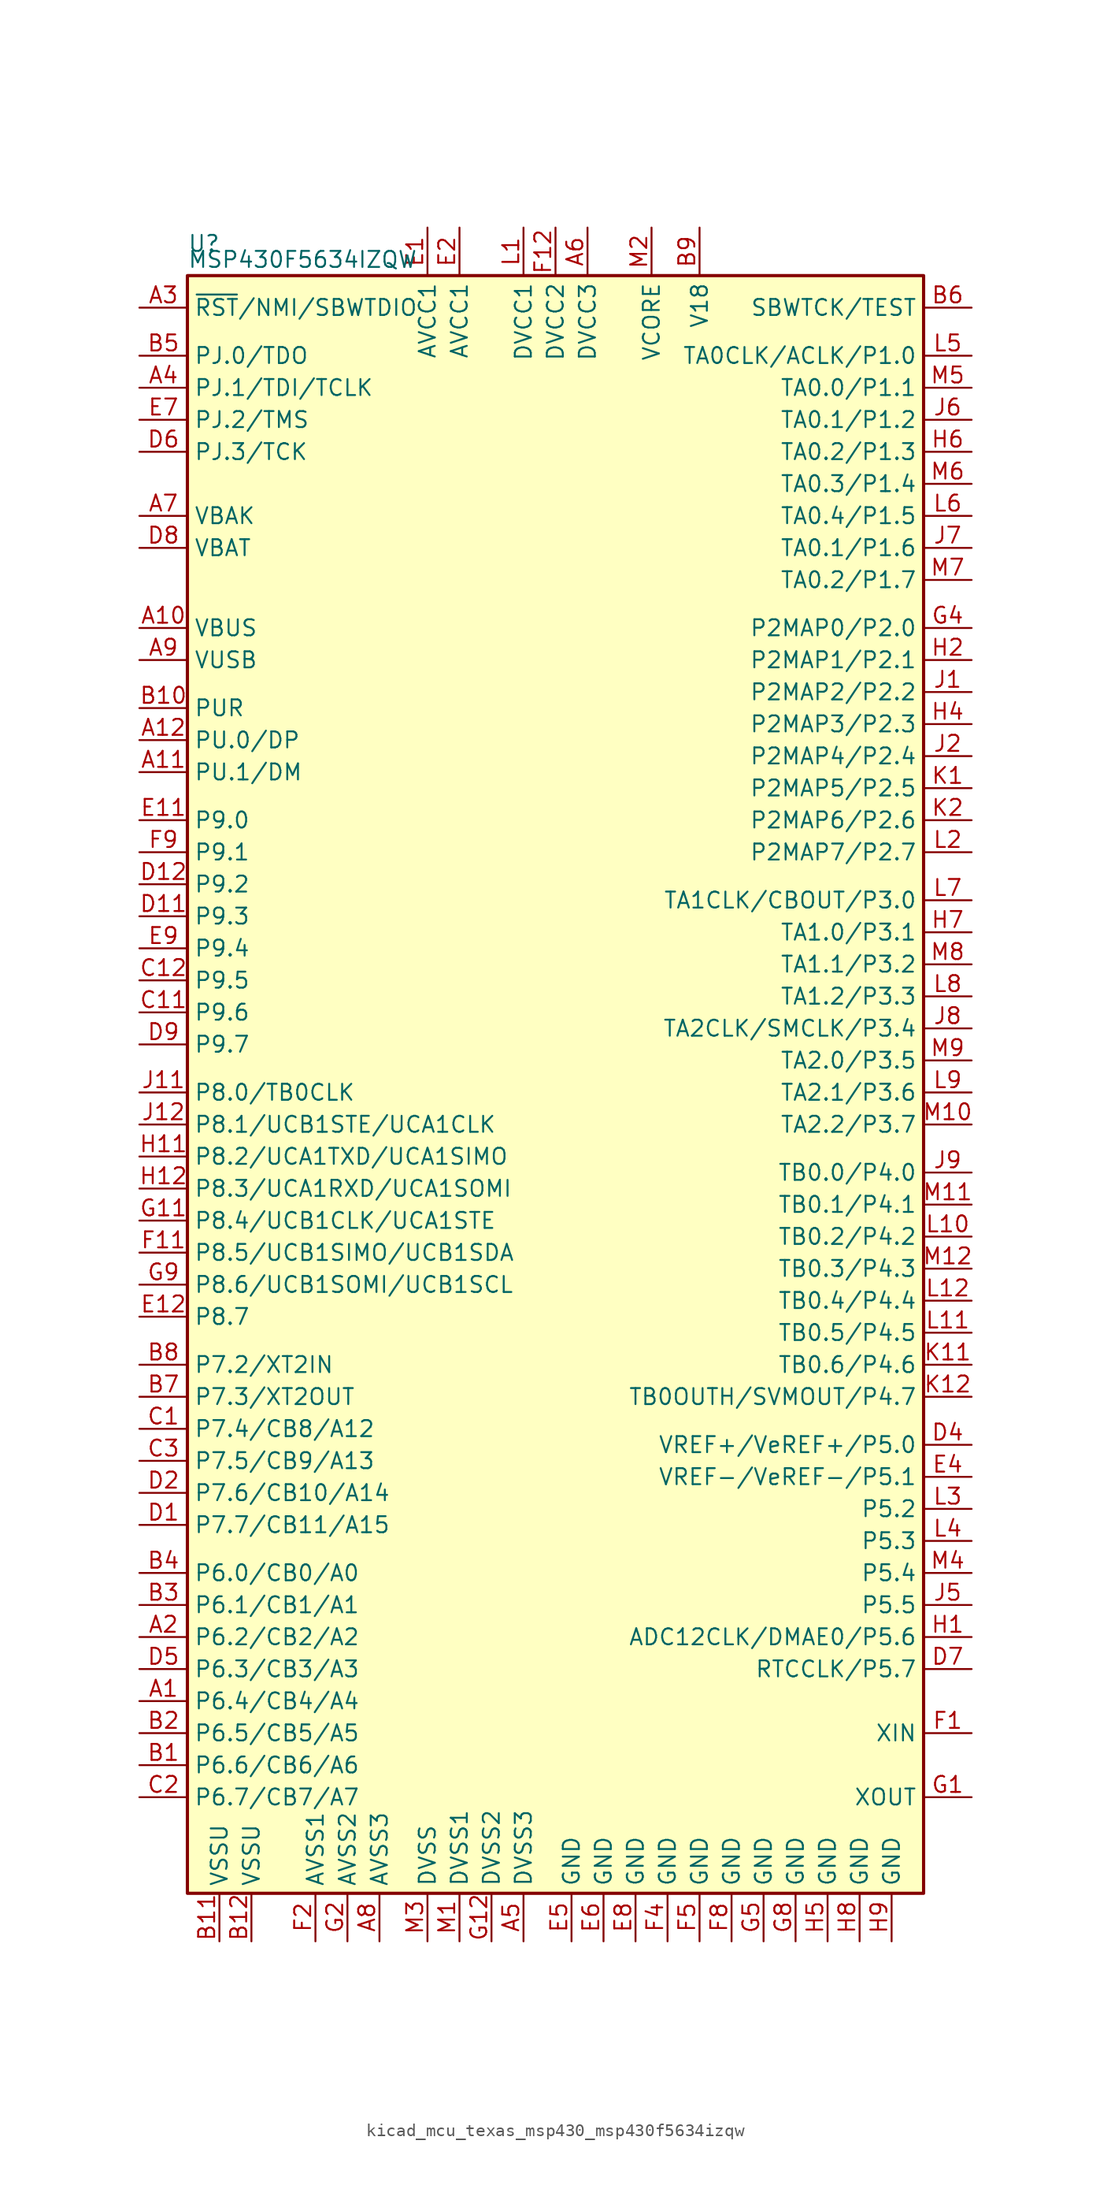
<source format=kicad_sym>
(kicad_symbol_lib
  (version 20220914)
  (generator kicad_symbol_editor)
  (symbol "kicad_mcu_texas_msp430_msp430f5634izqw"
    (property "Reference" "U"
      (at -29.21 66.04 0)
      (effects (font (size 1.27 1.27)) (justify left)))
    (property "Value" "MSP430F5634IZQW"
      (at -29.21 64.77 0)
      (effects (font (size 1.27 1.27)) (justify left)))
    (symbol "kicad_mcu_texas_msp430_msp430f5634izqw_0_1"
      (rectangle (start -29.21 63.5) (end 29.21 -64.77) (stroke (width 0.254) (type default)) (fill (type background))))
    (symbol "kicad_mcu_texas_msp430_msp430f5634izqw_1_1"
      (pin bidirectional line (at -33.02 -49.53 0) (length 3.81) (name "P6.4/CB4/A4" (effects (font (size 1.27 1.27)))) (number "A1" (effects (font (size 1.27 1.27)))))
      (pin bidirectional line (at -33.02 35.56 0) (length 3.81) (name "VBUS" (effects (font (size 1.27 1.27)))) (number "A10" (effects (font (size 1.27 1.27)))))
      (pin bidirectional line (at -33.02 24.13 0) (length 3.81) (name "PU.1/DM" (effects (font (size 1.27 1.27)))) (number "A11" (effects (font (size 1.27 1.27)))))
      (pin bidirectional line (at -33.02 26.67 0) (length 3.81) (name "PU.0/DP" (effects (font (size 1.27 1.27)))) (number "A12" (effects (font (size 1.27 1.27)))))
      (pin bidirectional line (at -33.02 -44.45 0) (length 3.81) (name "P6.2/CB2/A2" (effects (font (size 1.27 1.27)))) (number "A2" (effects (font (size 1.27 1.27)))))
      (pin input line (at -33.02 60.96 0) (length 3.81) (name "~{RST}/NMI/SBWTDIO" (effects (font (size 1.27 1.27)))) (number "A3" (effects (font (size 1.27 1.27)))))
      (pin bidirectional line (at -33.02 54.61 0) (length 3.81) (name "PJ.1/TDI/TCLK" (effects (font (size 1.27 1.27)))) (number "A4" (effects (font (size 1.27 1.27)))))
      (pin power_in line (at -2.54 -68.58 90) (length 3.81) (name "DVSS3" (effects (font (size 1.27 1.27)))) (number "A5" (effects (font (size 1.27 1.27)))))
      (pin power_in line (at 2.54 67.31 270) (length 3.81) (name "DVCC3" (effects (font (size 1.27 1.27)))) (number "A6" (effects (font (size 1.27 1.27)))))
      (pin bidirectional line (at -33.02 44.45 0) (length 3.81) (name "VBAK" (effects (font (size 1.27 1.27)))) (number "A7" (effects (font (size 1.27 1.27)))))
      (pin power_in line (at -13.97 -68.58 90) (length 3.81) (name "AVSS3" (effects (font (size 1.27 1.27)))) (number "A8" (effects (font (size 1.27 1.27)))))
      (pin bidirectional line (at -33.02 33.02 0) (length 3.81) (name "VUSB" (effects (font (size 1.27 1.27)))) (number "A9" (effects (font (size 1.27 1.27)))))
      (pin bidirectional line (at -33.02 -54.61 0) (length 3.81) (name "P6.6/CB6/A6" (effects (font (size 1.27 1.27)))) (number "B1" (effects (font (size 1.27 1.27)))))
      (pin bidirectional line (at -33.02 29.21 0) (length 3.81) (name "PUR" (effects (font (size 1.27 1.27)))) (number "B10" (effects (font (size 1.27 1.27)))))
      (pin power_in line (at -26.67 -68.58 90) (length 3.81) (name "VSSU" (effects (font (size 1.27 1.27)))) (number "B11" (effects (font (size 1.27 1.27)))))
      (pin power_in line (at -24.13 -68.58 90) (length 3.81) (name "VSSU" (effects (font (size 1.27 1.27)))) (number "B12" (effects (font (size 1.27 1.27)))))
      (pin bidirectional line (at -33.02 -52.07 0) (length 3.81) (name "P6.5/CB5/A5" (effects (font (size 1.27 1.27)))) (number "B2" (effects (font (size 1.27 1.27)))))
      (pin bidirectional line (at -33.02 -41.91 0) (length 3.81) (name "P6.1/CB1/A1" (effects (font (size 1.27 1.27)))) (number "B3" (effects (font (size 1.27 1.27)))))
      (pin bidirectional line (at -33.02 -39.37 0) (length 3.81) (name "P6.0/CB0/A0" (effects (font (size 1.27 1.27)))) (number "B4" (effects (font (size 1.27 1.27)))))
      (pin bidirectional line (at -33.02 57.15 0) (length 3.81) (name "PJ.0/TDO" (effects (font (size 1.27 1.27)))) (number "B5" (effects (font (size 1.27 1.27)))))
      (pin input line (at 33.02 60.96 180) (length 3.81) (name "SBWTCK/TEST" (effects (font (size 1.27 1.27)))) (number "B6" (effects (font (size 1.27 1.27)))))
      (pin bidirectional line (at -33.02 -25.4 0) (length 3.81) (name "P7.3/XT2OUT" (effects (font (size 1.27 1.27)))) (number "B7" (effects (font (size 1.27 1.27)))))
      (pin bidirectional line (at -33.02 -22.86 0) (length 3.81) (name "P7.2/XT2IN" (effects (font (size 1.27 1.27)))) (number "B8" (effects (font (size 1.27 1.27)))))
      (pin passive line (at 11.43 67.31 270) (length 3.81) (name "V18" (effects (font (size 1.27 1.27)))) (number "B9" (effects (font (size 1.27 1.27)))))
      (pin bidirectional line (at -33.02 -27.94 0) (length 3.81) (name "P7.4/CB8/A12" (effects (font (size 1.27 1.27)))) (number "C1" (effects (font (size 1.27 1.27)))))
      (pin bidirectional line (at -33.02 5.08 0) (length 3.81) (name "P9.6" (effects (font (size 1.27 1.27)))) (number "C11" (effects (font (size 1.27 1.27)))))
      (pin bidirectional line (at -33.02 7.62 0) (length 3.81) (name "P9.5" (effects (font (size 1.27 1.27)))) (number "C12" (effects (font (size 1.27 1.27)))))
      (pin bidirectional line (at -33.02 -57.15 0) (length 3.81) (name "P6.7/CB7/A7" (effects (font (size 1.27 1.27)))) (number "C2" (effects (font (size 1.27 1.27)))))
      (pin bidirectional line (at -33.02 -30.48 0) (length 3.81) (name "P7.5/CB9/A13" (effects (font (size 1.27 1.27)))) (number "C3" (effects (font (size 1.27 1.27)))))
      (pin bidirectional line (at -33.02 -35.56 0) (length 3.81) (name "P7.7/CB11/A15" (effects (font (size 1.27 1.27)))) (number "D1" (effects (font (size 1.27 1.27)))))
      (pin bidirectional line (at -33.02 12.7 0) (length 3.81) (name "P9.3" (effects (font (size 1.27 1.27)))) (number "D11" (effects (font (size 1.27 1.27)))))
      (pin bidirectional line (at -33.02 15.24 0) (length 3.81) (name "P9.2" (effects (font (size 1.27 1.27)))) (number "D12" (effects (font (size 1.27 1.27)))))
      (pin bidirectional line (at -33.02 -33.02 0) (length 3.81) (name "P7.6/CB10/A14" (effects (font (size 1.27 1.27)))) (number "D2" (effects (font (size 1.27 1.27)))))
      (pin bidirectional line (at 33.02 -29.21 180) (length 3.81) (name "VREF+/VeREF+/P5.0" (effects (font (size 1.27 1.27)))) (number "D4" (effects (font (size 1.27 1.27)))))
      (pin bidirectional line (at -33.02 -46.99 0) (length 3.81) (name "P6.3/CB3/A3" (effects (font (size 1.27 1.27)))) (number "D5" (effects (font (size 1.27 1.27)))))
      (pin bidirectional line (at -33.02 49.53 0) (length 3.81) (name "PJ.3/TCK" (effects (font (size 1.27 1.27)))) (number "D6" (effects (font (size 1.27 1.27)))))
      (pin bidirectional line (at 33.02 -46.99 180) (length 3.81) (name "RTCCLK/P5.7" (effects (font (size 1.27 1.27)))) (number "D7" (effects (font (size 1.27 1.27)))))
      (pin bidirectional line (at -33.02 41.91 0) (length 3.81) (name "VBAT" (effects (font (size 1.27 1.27)))) (number "D8" (effects (font (size 1.27 1.27)))))
      (pin bidirectional line (at -33.02 2.54 0) (length 3.81) (name "P9.7" (effects (font (size 1.27 1.27)))) (number "D9" (effects (font (size 1.27 1.27)))))
      (pin power_in line (at -10.16 67.31 270) (length 3.81) (name "AVCC1" (effects (font (size 1.27 1.27)))) (number "E1" (effects (font (size 1.27 1.27)))))
      (pin bidirectional line (at -33.02 20.32 0) (length 3.81) (name "P9.0" (effects (font (size 1.27 1.27)))) (number "E11" (effects (font (size 1.27 1.27)))))
      (pin bidirectional line (at -33.02 -19.05 0) (length 3.81) (name "P8.7" (effects (font (size 1.27 1.27)))) (number "E12" (effects (font (size 1.27 1.27)))))
      (pin power_in line (at -7.62 67.31 270) (length 3.81) (name "AVCC1" (effects (font (size 1.27 1.27)))) (number "E2" (effects (font (size 1.27 1.27)))))
      (pin bidirectional line (at 33.02 -31.75 180) (length 3.81) (name "VREF-/VeREF-/P5.1" (effects (font (size 1.27 1.27)))) (number "E4" (effects (font (size 1.27 1.27)))))
      (pin power_in line (at 1.27 -68.58 90) (length 3.81) (name "GND" (effects (font (size 1.27 1.27)))) (number "E5" (effects (font (size 1.27 1.27)))))
      (pin power_in line (at 3.81 -68.58 90) (length 3.81) (name "GND" (effects (font (size 1.27 1.27)))) (number "E6" (effects (font (size 1.27 1.27)))))
      (pin bidirectional line (at -33.02 52.07 0) (length 3.81) (name "PJ.2/TMS" (effects (font (size 1.27 1.27)))) (number "E7" (effects (font (size 1.27 1.27)))))
      (pin power_in line (at 6.35 -68.58 90) (length 3.81) (name "GND" (effects (font (size 1.27 1.27)))) (number "E8" (effects (font (size 1.27 1.27)))))
      (pin bidirectional line (at -33.02 10.16 0) (length 3.81) (name "P9.4" (effects (font (size 1.27 1.27)))) (number "E9" (effects (font (size 1.27 1.27)))))
      (pin bidirectional line (at 33.02 -52.07 180) (length 3.81) (name "XIN" (effects (font (size 1.27 1.27)))) (number "F1" (effects (font (size 1.27 1.27)))))
      (pin bidirectional line (at -33.02 -13.97 0) (length 3.81) (name "P8.5/UCB1SIMO/UCB1SDA" (effects (font (size 1.27 1.27)))) (number "F11" (effects (font (size 1.27 1.27)))))
      (pin power_in line (at 0 67.31 270) (length 3.81) (name "DVCC2" (effects (font (size 1.27 1.27)))) (number "F12" (effects (font (size 1.27 1.27)))))
      (pin power_in line (at -19.05 -68.58 90) (length 3.81) (name "AVSS1" (effects (font (size 1.27 1.27)))) (number "F2" (effects (font (size 1.27 1.27)))))
      (pin power_in line (at 8.89 -68.58 90) (length 3.81) (name "GND" (effects (font (size 1.27 1.27)))) (number "F4" (effects (font (size 1.27 1.27)))))
      (pin power_in line (at 11.43 -68.58 90) (length 3.81) (name "GND" (effects (font (size 1.27 1.27)))) (number "F5" (effects (font (size 1.27 1.27)))))
      (pin power_in line (at 13.97 -68.58 90) (length 3.81) (name "GND" (effects (font (size 1.27 1.27)))) (number "F8" (effects (font (size 1.27 1.27)))))
      (pin bidirectional line (at -33.02 17.78 0) (length 3.81) (name "P9.1" (effects (font (size 1.27 1.27)))) (number "F9" (effects (font (size 1.27 1.27)))))
      (pin bidirectional line (at 33.02 -57.15 180) (length 3.81) (name "XOUT" (effects (font (size 1.27 1.27)))) (number "G1" (effects (font (size 1.27 1.27)))))
      (pin bidirectional line (at -33.02 -11.43 0) (length 3.81) (name "P8.4/UCB1CLK/UCA1STE" (effects (font (size 1.27 1.27)))) (number "G11" (effects (font (size 1.27 1.27)))))
      (pin power_in line (at -5.08 -68.58 90) (length 3.81) (name "DVSS2" (effects (font (size 1.27 1.27)))) (number "G12" (effects (font (size 1.27 1.27)))))
      (pin power_in line (at -16.51 -68.58 90) (length 3.81) (name "AVSS2" (effects (font (size 1.27 1.27)))) (number "G2" (effects (font (size 1.27 1.27)))))
      (pin bidirectional line (at 33.02 35.56 180) (length 3.81) (name "P2MAP0/P2.0" (effects (font (size 1.27 1.27)))) (number "G4" (effects (font (size 1.27 1.27)))))
      (pin power_in line (at 16.51 -68.58 90) (length 3.81) (name "GND" (effects (font (size 1.27 1.27)))) (number "G5" (effects (font (size 1.27 1.27)))))
      (pin power_in line (at 19.05 -68.58 90) (length 3.81) (name "GND" (effects (font (size 1.27 1.27)))) (number "G8" (effects (font (size 1.27 1.27)))))
      (pin bidirectional line (at -33.02 -16.51 0) (length 3.81) (name "P8.6/UCB1SOMI/UCB1SCL" (effects (font (size 1.27 1.27)))) (number "G9" (effects (font (size 1.27 1.27)))))
      (pin bidirectional line (at 33.02 -44.45 180) (length 3.81) (name "ADC12CLK/DMAE0/P5.6" (effects (font (size 1.27 1.27)))) (number "H1" (effects (font (size 1.27 1.27)))))
      (pin bidirectional line (at -33.02 -6.35 0) (length 3.81) (name "P8.2/UCA1TXD/UCA1SIMO" (effects (font (size 1.27 1.27)))) (number "H11" (effects (font (size 1.27 1.27)))))
      (pin bidirectional line (at -33.02 -8.89 0) (length 3.81) (name "P8.3/UCA1RXD/UCA1SOMI" (effects (font (size 1.27 1.27)))) (number "H12" (effects (font (size 1.27 1.27)))))
      (pin bidirectional line (at 33.02 33.02 180) (length 3.81) (name "P2MAP1/P2.1" (effects (font (size 1.27 1.27)))) (number "H2" (effects (font (size 1.27 1.27)))))
      (pin bidirectional line (at 33.02 27.94 180) (length 3.81) (name "P2MAP3/P2.3" (effects (font (size 1.27 1.27)))) (number "H4" (effects (font (size 1.27 1.27)))))
      (pin power_in line (at 21.59 -68.58 90) (length 3.81) (name "GND" (effects (font (size 1.27 1.27)))) (number "H5" (effects (font (size 1.27 1.27)))))
      (pin bidirectional line (at 33.02 49.53 180) (length 3.81) (name "TA0.2/P1.3" (effects (font (size 1.27 1.27)))) (number "H6" (effects (font (size 1.27 1.27)))))
      (pin bidirectional line (at 33.02 11.43 180) (length 3.81) (name "TA1.0/P3.1" (effects (font (size 1.27 1.27)))) (number "H7" (effects (font (size 1.27 1.27)))))
      (pin power_in line (at 24.13 -68.58 90) (length 3.81) (name "GND" (effects (font (size 1.27 1.27)))) (number "H8" (effects (font (size 1.27 1.27)))))
      (pin power_in line (at 26.67 -68.58 90) (length 3.81) (name "GND" (effects (font (size 1.27 1.27)))) (number "H9" (effects (font (size 1.27 1.27)))))
      (pin bidirectional line (at 33.02 30.48 180) (length 3.81) (name "P2MAP2/P2.2" (effects (font (size 1.27 1.27)))) (number "J1" (effects (font (size 1.27 1.27)))))
      (pin bidirectional line (at -33.02 -1.27 0) (length 3.81) (name "P8.0/TB0CLK" (effects (font (size 1.27 1.27)))) (number "J11" (effects (font (size 1.27 1.27)))))
      (pin bidirectional line (at -33.02 -3.81 0) (length 3.81) (name "P8.1/UCB1STE/UCA1CLK" (effects (font (size 1.27 1.27)))) (number "J12" (effects (font (size 1.27 1.27)))))
      (pin bidirectional line (at 33.02 25.4 180) (length 3.81) (name "P2MAP4/P2.4" (effects (font (size 1.27 1.27)))) (number "J2" (effects (font (size 1.27 1.27)))))
      (pin bidirectional line (at 33.02 -41.91 180) (length 3.81) (name "P5.5" (effects (font (size 1.27 1.27)))) (number "J5" (effects (font (size 1.27 1.27)))))
      (pin bidirectional line (at 33.02 52.07 180) (length 3.81) (name "TA0.1/P1.2" (effects (font (size 1.27 1.27)))) (number "J6" (effects (font (size 1.27 1.27)))))
      (pin bidirectional line (at 33.02 41.91 180) (length 3.81) (name "TA0.1/P1.6" (effects (font (size 1.27 1.27)))) (number "J7" (effects (font (size 1.27 1.27)))))
      (pin bidirectional line (at 33.02 3.81 180) (length 3.81) (name "TA2CLK/SMCLK/P3.4" (effects (font (size 1.27 1.27)))) (number "J8" (effects (font (size 1.27 1.27)))))
      (pin bidirectional line (at 33.02 -7.62 180) (length 3.81) (name "TB0.0/P4.0" (effects (font (size 1.27 1.27)))) (number "J9" (effects (font (size 1.27 1.27)))))
      (pin bidirectional line (at 33.02 22.86 180) (length 3.81) (name "P2MAP5/P2.5" (effects (font (size 1.27 1.27)))) (number "K1" (effects (font (size 1.27 1.27)))))
      (pin bidirectional line (at 33.02 -22.86 180) (length 3.81) (name "TB0.6/P4.6" (effects (font (size 1.27 1.27)))) (number "K11" (effects (font (size 1.27 1.27)))))
      (pin bidirectional line (at 33.02 -25.4 180) (length 3.81) (name "TB0OUTH/SVMOUT/P4.7" (effects (font (size 1.27 1.27)))) (number "K12" (effects (font (size 1.27 1.27)))))
      (pin bidirectional line (at 33.02 20.32 180) (length 3.81) (name "P2MAP6/P2.6" (effects (font (size 1.27 1.27)))) (number "K2" (effects (font (size 1.27 1.27)))))
      (pin power_in line (at -2.54 67.31 270) (length 3.81) (name "DVCC1" (effects (font (size 1.27 1.27)))) (number "L1" (effects (font (size 1.27 1.27)))))
      (pin bidirectional line (at 33.02 -12.7 180) (length 3.81) (name "TB0.2/P4.2" (effects (font (size 1.27 1.27)))) (number "L10" (effects (font (size 1.27 1.27)))))
      (pin bidirectional line (at 33.02 -20.32 180) (length 3.81) (name "TB0.5/P4.5" (effects (font (size 1.27 1.27)))) (number "L11" (effects (font (size 1.27 1.27)))))
      (pin bidirectional line (at 33.02 -17.78 180) (length 3.81) (name "TB0.4/P4.4" (effects (font (size 1.27 1.27)))) (number "L12" (effects (font (size 1.27 1.27)))))
      (pin bidirectional line (at 33.02 17.78 180) (length 3.81) (name "P2MAP7/P2.7" (effects (font (size 1.27 1.27)))) (number "L2" (effects (font (size 1.27 1.27)))))
      (pin bidirectional line (at 33.02 -34.29 180) (length 3.81) (name "P5.2" (effects (font (size 1.27 1.27)))) (number "L3" (effects (font (size 1.27 1.27)))))
      (pin bidirectional line (at 33.02 -36.83 180) (length 3.81) (name "P5.3" (effects (font (size 1.27 1.27)))) (number "L4" (effects (font (size 1.27 1.27)))))
      (pin bidirectional line (at 33.02 57.15 180) (length 3.81) (name "TA0CLK/ACLK/P1.0" (effects (font (size 1.27 1.27)))) (number "L5" (effects (font (size 1.27 1.27)))))
      (pin bidirectional line (at 33.02 44.45 180) (length 3.81) (name "TA0.4/P1.5" (effects (font (size 1.27 1.27)))) (number "L6" (effects (font (size 1.27 1.27)))))
      (pin bidirectional line (at 33.02 13.97 180) (length 3.81) (name "TA1CLK/CBOUT/P3.0" (effects (font (size 1.27 1.27)))) (number "L7" (effects (font (size 1.27 1.27)))))
      (pin bidirectional line (at 33.02 6.35 180) (length 3.81) (name "TA1.2/P3.3" (effects (font (size 1.27 1.27)))) (number "L8" (effects (font (size 1.27 1.27)))))
      (pin bidirectional line (at 33.02 -1.27 180) (length 3.81) (name "TA2.1/P3.6" (effects (font (size 1.27 1.27)))) (number "L9" (effects (font (size 1.27 1.27)))))
      (pin power_in line (at -7.62 -68.58 90) (length 3.81) (name "DVSS1" (effects (font (size 1.27 1.27)))) (number "M1" (effects (font (size 1.27 1.27)))))
      (pin bidirectional line (at 33.02 -3.81 180) (length 3.81) (name "TA2.2/P3.7" (effects (font (size 1.27 1.27)))) (number "M10" (effects (font (size 1.27 1.27)))))
      (pin bidirectional line (at 33.02 -10.16 180) (length 3.81) (name "TB0.1/P4.1" (effects (font (size 1.27 1.27)))) (number "M11" (effects (font (size 1.27 1.27)))))
      (pin bidirectional line (at 33.02 -15.24 180) (length 3.81) (name "TB0.3/P4.3" (effects (font (size 1.27 1.27)))) (number "M12" (effects (font (size 1.27 1.27)))))
      (pin bidirectional line (at 7.62 67.31 270) (length 3.81) (name "VCORE" (effects (font (size 1.27 1.27)))) (number "M2" (effects (font (size 1.27 1.27)))))
      (pin power_in line (at -10.16 -68.58 90) (length 3.81) (name "DVSS" (effects (font (size 1.27 1.27)))) (number "M3" (effects (font (size 1.27 1.27)))))
      (pin bidirectional line (at 33.02 -39.37 180) (length 3.81) (name "P5.4" (effects (font (size 1.27 1.27)))) (number "M4" (effects (font (size 1.27 1.27)))))
      (pin bidirectional line (at 33.02 54.61 180) (length 3.81) (name "TA0.0/P1.1" (effects (font (size 1.27 1.27)))) (number "M5" (effects (font (size 1.27 1.27)))))
      (pin bidirectional line (at 33.02 46.99 180) (length 3.81) (name "TA0.3/P1.4" (effects (font (size 1.27 1.27)))) (number "M6" (effects (font (size 1.27 1.27)))))
      (pin bidirectional line (at 33.02 39.37 180) (length 3.81) (name "TA0.2/P1.7" (effects (font (size 1.27 1.27)))) (number "M7" (effects (font (size 1.27 1.27)))))
      (pin bidirectional line (at 33.02 8.89 180) (length 3.81) (name "TA1.1/P3.2" (effects (font (size 1.27 1.27)))) (number "M8" (effects (font (size 1.27 1.27)))))
      (pin bidirectional line (at 33.02 1.27 180) (length 3.81) (name "TA2.0/P3.5" (effects (font (size 1.27 1.27)))) (number "M9" (effects (font (size 1.27 1.27))))))))
</source>
